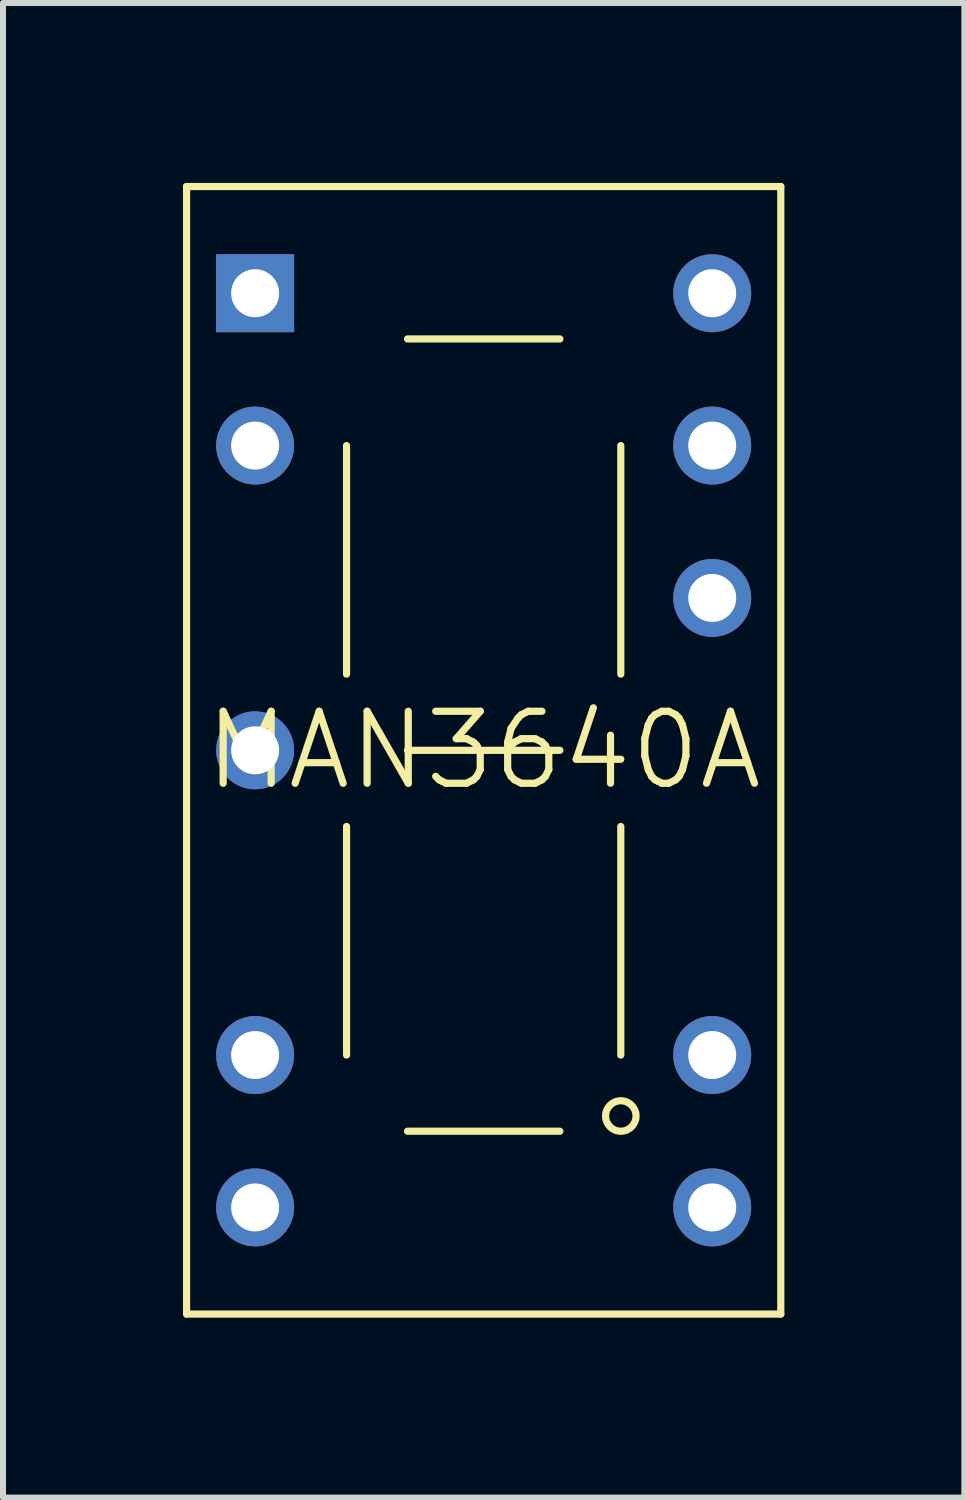
<source format=kicad_pcb>
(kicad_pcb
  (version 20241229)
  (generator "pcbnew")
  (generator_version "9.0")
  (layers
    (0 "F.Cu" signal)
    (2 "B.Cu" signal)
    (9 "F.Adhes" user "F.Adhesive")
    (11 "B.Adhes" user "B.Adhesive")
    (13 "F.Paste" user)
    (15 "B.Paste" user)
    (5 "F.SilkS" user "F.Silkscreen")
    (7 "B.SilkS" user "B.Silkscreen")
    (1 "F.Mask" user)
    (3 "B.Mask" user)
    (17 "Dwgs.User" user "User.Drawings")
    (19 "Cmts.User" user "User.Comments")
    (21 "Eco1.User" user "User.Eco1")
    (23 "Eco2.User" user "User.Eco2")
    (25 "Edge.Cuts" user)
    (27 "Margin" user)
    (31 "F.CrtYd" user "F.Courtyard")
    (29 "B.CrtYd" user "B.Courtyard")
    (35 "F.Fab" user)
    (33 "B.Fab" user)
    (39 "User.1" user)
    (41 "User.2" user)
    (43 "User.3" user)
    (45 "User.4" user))
  (footprint "MAN3640A"
    (layer "F.Cu")
    (at 5.013 9.458)
    (property "Reference" "MAN3640A" (at 0 0 0) (layer "F.SilkS") (effects (font (size 1.2 1.2) (thickness 0.12))))
    (attr through_hole)
    (fp_line (start -4.953 -9.398) (end -4.953 9.398) (stroke (width 0.12) (type solid)) (layer "F.SilkS"))
    (fp_line (start -4.953 9.398) (end 4.953 9.398) (stroke (width 0.12) (type solid)) (layer "F.SilkS"))
    (fp_line (start -2.286 -1.27) (end -2.286 -5.08) (stroke (width 0.12) (type solid)) (layer "F.SilkS"))
    (fp_line (start -2.286 5.08) (end -2.286 1.27) (stroke (width 0.12) (type solid)) (layer "F.SilkS"))
    (fp_line (start -1.27 -6.858) (end 1.27 -6.858) (stroke (width 0.12) (type solid)) (layer "F.SilkS"))
    (fp_line (start -1.27 0) (end 1.27 0) (stroke (width 0.12) (type solid)) (layer "F.SilkS"))
    (fp_line (start 1.27 6.35) (end -1.27 6.35) (stroke (width 0.12) (type solid)) (layer "F.SilkS"))
    (fp_line (start 2.286 -5.08) (end 2.286 -1.27) (stroke (width 0.12) (type solid)) (layer "F.SilkS"))
    (fp_line (start 2.286 1.27) (end 2.286 5.08) (stroke (width 0.12) (type solid)) (layer "F.SilkS"))
    (fp_line (start 4.953 -9.398) (end -4.953 -9.398) (stroke (width 0.12) (type solid)) (layer "F.SilkS"))
    (fp_line (start 4.953 9.398) (end 4.953 -9.398) (stroke (width 0.12) (type solid)) (layer "F.SilkS"))
    (fp_circle (center 2.286 6.096) (end 2.54 6.096) (stroke (width 0.12) (type solid)) (fill no) (layer "F.SilkS"))
    (pad "1" thru_hole rect (at -3.81 -7.62) (size 1.3 1.3) (drill 0.8) (layers "*.Cu" "*.Mask"))
    (pad "2" thru_hole circle (at -3.81 -5.08) (size 1.3 1.3) (drill 0.8) (layers "*.Cu" "*.Mask"))
    (pad "4" thru_hole circle (at -3.81 0) (size 1.3 1.3) (drill 0.8) (layers "*.Cu" "*.Mask"))
    (pad "6" thru_hole circle (at -3.81 5.08) (size 1.3 1.3) (drill 0.8) (layers "*.Cu" "*.Mask"))
    (pad "7" thru_hole circle (at -3.81 7.62) (size 1.3 1.3) (drill 0.8) (layers "*.Cu" "*.Mask"))
    (pad "8" thru_hole circle (at 3.81 7.62) (size 1.3 1.3) (drill 0.8) (layers "*.Cu" "*.Mask"))
    (pad "9" thru_hole circle (at 3.81 5.08) (size 1.3 1.3) (drill 0.8) (layers "*.Cu" "*.Mask"))
    (pad "12" thru_hole circle (at 3.81 -2.54) (size 1.3 1.3) (drill 0.8) (layers "*.Cu" "*.Mask"))
    (pad "13" thru_hole circle (at 3.81 -5.08) (size 1.3 1.3) (drill 0.8) (layers "*.Cu" "*.Mask"))
    (pad "14" thru_hole circle (at 3.81 -7.62) (size 1.3 1.3) (drill 0.8) (layers "*.Cu" "*.Mask")))
  (gr_rect
    (start -3 -3)
    (end 13.026 21.916)
    (stroke (width 0.1) (type default))
    (fill no)
    (layer "Edge.Cuts")))
</source>
